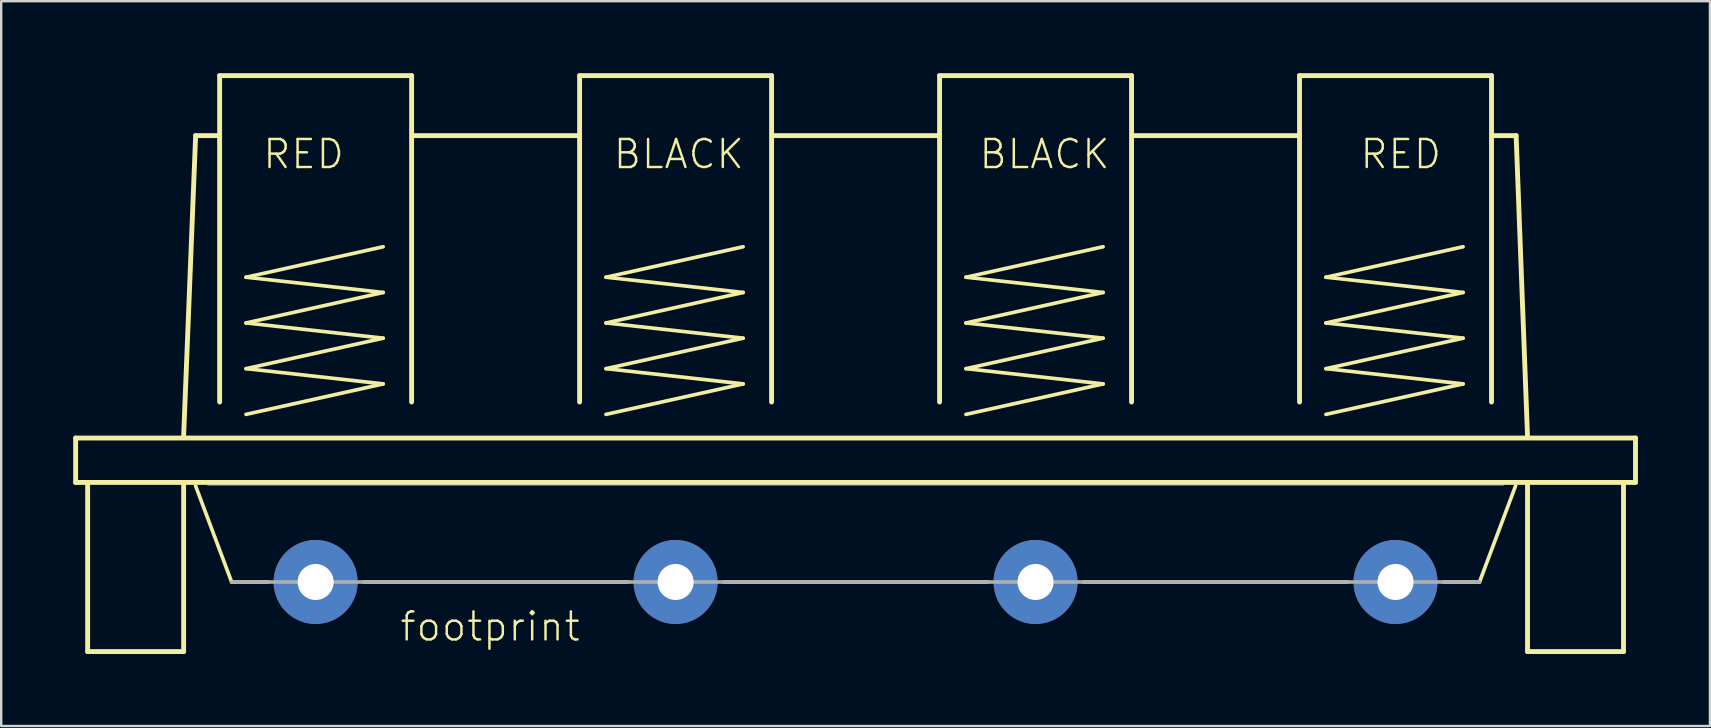
<source format=kicad_pcb>
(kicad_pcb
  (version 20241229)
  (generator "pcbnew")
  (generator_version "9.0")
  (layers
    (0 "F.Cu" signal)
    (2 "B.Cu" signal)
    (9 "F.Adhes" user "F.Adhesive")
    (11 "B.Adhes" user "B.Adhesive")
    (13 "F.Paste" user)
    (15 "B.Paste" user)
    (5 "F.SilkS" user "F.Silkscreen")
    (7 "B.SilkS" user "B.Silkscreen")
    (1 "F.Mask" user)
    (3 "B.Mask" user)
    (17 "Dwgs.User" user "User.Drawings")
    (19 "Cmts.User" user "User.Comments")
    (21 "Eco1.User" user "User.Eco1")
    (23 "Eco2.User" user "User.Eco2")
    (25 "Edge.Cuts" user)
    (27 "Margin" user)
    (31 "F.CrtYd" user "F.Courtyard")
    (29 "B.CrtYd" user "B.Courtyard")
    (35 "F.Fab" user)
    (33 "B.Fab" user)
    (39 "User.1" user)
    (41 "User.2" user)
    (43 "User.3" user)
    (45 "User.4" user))
  (footprint "footprint"
    (layer "F.Cu")
    (at 32.602 21.202)
    (property "Reference" "footprint" (at -19.05 2.54 0) (layer "F.SilkS") (effects (font (size 1.168 1.168) (thickness 0.102)) (justify left bottom)))
    (fp_line (start -32.5 -6) (end -32.5 -4.15) (stroke (width 0.203) (type solid)) (layer "F.SilkS"))
    (fp_line (start -32.5 -6) (end 32.5 -6) (stroke (width 0.203) (type solid)) (layer "F.SilkS"))
    (fp_line (start -32.5 -4.15) (end 32.5 -4.15) (stroke (width 0.203) (type solid)) (layer "F.SilkS"))
    (fp_line (start -32 -4.075) (end -32 2.9) (stroke (width 0.203) (type solid)) (layer "F.SilkS"))
    (fp_line (start -32 2.9) (end -28 2.9) (stroke (width 0.203) (type solid)) (layer "F.SilkS"))
    (fp_line (start -28 2.9) (end -28 -4.075) (stroke (width 0.203) (type solid)) (layer "F.SilkS"))
    (fp_line (start -27.5 -18.6) (end -28 -6.075) (stroke (width 0.203) (type solid)) (layer "F.SilkS"))
    (fp_line (start -27.5 -18.6) (end -26.55 -18.6) (stroke (width 0.203) (type solid)) (layer "F.SilkS"))
    (fp_line (start -27.5 -4) (end -26 0) (stroke (width 0.152) (type solid)) (layer "F.SilkS"))
    (fp_line (start -26.5 -21.1) (end -26.5 -7.5) (stroke (width 0.203) (type solid)) (layer "F.SilkS"))
    (fp_line (start -26.5 -21.1) (end -18.5 -21.1) (stroke (width 0.203) (type solid)) (layer "F.SilkS"))
    (fp_line (start -26 0) (end -24.5 0) (stroke (width 0.152) (type solid)) (layer "F.SilkS"))
    (fp_line (start -25.4 -12.7) (end -19.685 -13.97) (stroke (width 0.152) (type solid)) (layer "F.SilkS"))
    (fp_line (start -25.4 -10.795) (end -19.685 -12.065) (stroke (width 0.152) (type solid)) (layer "F.SilkS"))
    (fp_line (start -25.4 -8.89) (end -19.685 -10.16) (stroke (width 0.152) (type solid)) (layer "F.SilkS"))
    (fp_line (start -25.4 -6.985) (end -19.685 -8.255) (stroke (width 0.152) (type solid)) (layer "F.SilkS"))
    (fp_line (start -20.5 0) (end -9.5 0) (stroke (width 0.152) (type solid)) (layer "F.SilkS"))
    (fp_line (start -19.685 -12.065) (end -25.4 -12.7) (stroke (width 0.152) (type solid)) (layer "F.SilkS"))
    (fp_line (start -19.685 -10.16) (end -25.4 -10.795) (stroke (width 0.152) (type solid)) (layer "F.SilkS"))
    (fp_line (start -19.685 -8.255) (end -25.4 -8.89) (stroke (width 0.152) (type solid)) (layer "F.SilkS"))
    (fp_line (start -18.5 -21.1) (end -18.5 -7.5) (stroke (width 0.203) (type solid)) (layer "F.SilkS"))
    (fp_line (start -18.475 -18.6) (end -11.525 -18.6) (stroke (width 0.203) (type solid)) (layer "F.SilkS"))
    (fp_line (start -11.5 -21.1) (end -11.5 -7.5) (stroke (width 0.203) (type solid)) (layer "F.SilkS"))
    (fp_line (start -11.5 -21.1) (end -3.5 -21.1) (stroke (width 0.203) (type solid)) (layer "F.SilkS"))
    (fp_line (start -10.4 -12.7) (end -4.685 -13.97) (stroke (width 0.152) (type solid)) (layer "F.SilkS"))
    (fp_line (start -10.4 -10.795) (end -4.685 -12.065) (stroke (width 0.152) (type solid)) (layer "F.SilkS"))
    (fp_line (start -10.4 -8.89) (end -4.685 -10.16) (stroke (width 0.152) (type solid)) (layer "F.SilkS"))
    (fp_line (start -10.4 -6.985) (end -4.685 -8.255) (stroke (width 0.152) (type solid)) (layer "F.SilkS"))
    (fp_line (start -5.5 0) (end 5.5 0) (stroke (width 0.152) (type solid)) (layer "F.SilkS"))
    (fp_line (start -4.685 -12.065) (end -10.4 -12.7) (stroke (width 0.152) (type solid)) (layer "F.SilkS"))
    (fp_line (start -4.685 -10.16) (end -10.4 -10.795) (stroke (width 0.152) (type solid)) (layer "F.SilkS"))
    (fp_line (start -4.685 -8.255) (end -10.4 -8.89) (stroke (width 0.152) (type solid)) (layer "F.SilkS"))
    (fp_line (start -3.5 -21.1) (end -3.5 -7.5) (stroke (width 0.203) (type solid)) (layer "F.SilkS"))
    (fp_line (start -3.45 -18.6) (end 3.45 -18.6) (stroke (width 0.203) (type solid)) (layer "F.SilkS"))
    (fp_line (start 3.5 -21.1) (end 3.5 -7.5) (stroke (width 0.203) (type solid)) (layer "F.SilkS"))
    (fp_line (start 3.5 -21.1) (end 11.5 -21.1) (stroke (width 0.203) (type solid)) (layer "F.SilkS"))
    (fp_line (start 4.6 -12.7) (end 10.315 -13.97) (stroke (width 0.152) (type solid)) (layer "F.SilkS"))
    (fp_line (start 4.6 -10.795) (end 10.315 -12.065) (stroke (width 0.152) (type solid)) (layer "F.SilkS"))
    (fp_line (start 4.6 -8.89) (end 10.315 -10.16) (stroke (width 0.152) (type solid)) (layer "F.SilkS"))
    (fp_line (start 4.6 -6.985) (end 10.315 -8.255) (stroke (width 0.152) (type solid)) (layer "F.SilkS"))
    (fp_line (start 9.5 0) (end 20.5 0) (stroke (width 0.152) (type solid)) (layer "F.SilkS"))
    (fp_line (start 10.315 -12.065) (end 4.6 -12.7) (stroke (width 0.152) (type solid)) (layer "F.SilkS"))
    (fp_line (start 10.315 -10.16) (end 4.6 -10.795) (stroke (width 0.152) (type solid)) (layer "F.SilkS"))
    (fp_line (start 10.315 -8.255) (end 4.6 -8.89) (stroke (width 0.152) (type solid)) (layer "F.SilkS"))
    (fp_line (start 11.5 -21.1) (end 11.5 -7.5) (stroke (width 0.203) (type solid)) (layer "F.SilkS"))
    (fp_line (start 11.525 -18.6) (end 18.475 -18.6) (stroke (width 0.203) (type solid)) (layer "F.SilkS"))
    (fp_line (start 18.5 -21.1) (end 18.5 -7.5) (stroke (width 0.203) (type solid)) (layer "F.SilkS"))
    (fp_line (start 18.5 -21.1) (end 26.5 -21.1) (stroke (width 0.203) (type solid)) (layer "F.SilkS"))
    (fp_line (start 19.6 -12.7) (end 25.315 -13.97) (stroke (width 0.152) (type solid)) (layer "F.SilkS"))
    (fp_line (start 19.6 -10.795) (end 25.315 -12.065) (stroke (width 0.152) (type solid)) (layer "F.SilkS"))
    (fp_line (start 19.6 -8.89) (end 25.315 -10.16) (stroke (width 0.152) (type solid)) (layer "F.SilkS"))
    (fp_line (start 19.6 -6.985) (end 25.315 -8.255) (stroke (width 0.152) (type solid)) (layer "F.SilkS"))
    (fp_line (start 24.5 0) (end 26 0) (stroke (width 0.152) (type solid)) (layer "F.SilkS"))
    (fp_line (start 25.315 -12.065) (end 19.6 -12.7) (stroke (width 0.152) (type solid)) (layer "F.SilkS"))
    (fp_line (start 25.315 -10.16) (end 19.6 -10.795) (stroke (width 0.152) (type solid)) (layer "F.SilkS"))
    (fp_line (start 25.315 -8.255) (end 19.6 -8.89) (stroke (width 0.152) (type solid)) (layer "F.SilkS"))
    (fp_line (start 26 0) (end 27.5 -4) (stroke (width 0.152) (type solid)) (layer "F.SilkS"))
    (fp_line (start 26.5 -21.1) (end 26.5 -7.5) (stroke (width 0.203) (type solid)) (layer "F.SilkS"))
    (fp_line (start 26.55 -18.6) (end 27.525 -18.6) (stroke (width 0.203) (type solid)) (layer "F.SilkS"))
    (fp_line (start 27.525 -18.6) (end 28 -6.075) (stroke (width 0.203) (type solid)) (layer "F.SilkS"))
    (fp_line (start 28 -4.1) (end 28 2.9) (stroke (width 0.203) (type solid)) (layer "F.SilkS"))
    (fp_line (start 28 2.9) (end 32 2.9) (stroke (width 0.203) (type solid)) (layer "F.SilkS"))
    (fp_line (start 32 2.9) (end 32 -4.1) (stroke (width 0.203) (type solid)) (layer "F.SilkS"))
    (fp_line (start 32.5 -6) (end 32.5 -4.15) (stroke (width 0.203) (type solid)) (layer "F.SilkS"))
    (fp_line (start -27 -4.05) (end 27 -4.05) (stroke (width 0.05) (type solid)) (layer "Edge.Cuts"))
    (fp_line (start -26 0) (end 26 0) (stroke (width 0.152) (type solid)) (layer "F.Fab"))
    (fp_text user "RED" (at -24.765 -17.145 0) (layer "F.SilkS") (effects (font (size 1.168 1.168) (thickness 0.102)) (justify left bottom)))
    (fp_text user "RED" (at 20.955 -17.145 0) (layer "F.SilkS") (effects (font (size 1.168 1.168) (thickness 0.102)) (justify left bottom)))
    (fp_text user "BLACK" (at -10.16 -17.145 0) (layer "F.SilkS") (effects (font (size 1.168 1.168) (thickness 0.102)) (justify left bottom)))
    (fp_text user "BLACK" (at 5.08 -17.145 0) (layer "F.SilkS") (effects (font (size 1.168 1.168) (thickness 0.102)) (justify left bottom)))
    (pad "1" thru_hole circle (at -22.5 0) (size 3.5 3.5) (drill 1.5) (layers "*.Cu" "*.Mask"))
    (pad "2" thru_hole circle (at -7.5 0) (size 3.5 3.5) (drill 1.5) (layers "*.Cu" "*.Mask"))
    (pad "3" thru_hole circle (at 7.5 0) (size 3.5 3.5) (drill 1.5) (layers "*.Cu" "*.Mask"))
    (pad "4" thru_hole circle (at 22.5 0) (size 3.5 3.5) (drill 1.5) (layers "*.Cu" "*.Mask")))
  (gr_rect
    (start -3 -3)
    (end 68.203 27.203)
    (stroke (width 0.1) (type default))
    (fill no)
    (layer "Edge.Cuts")))
</source>
